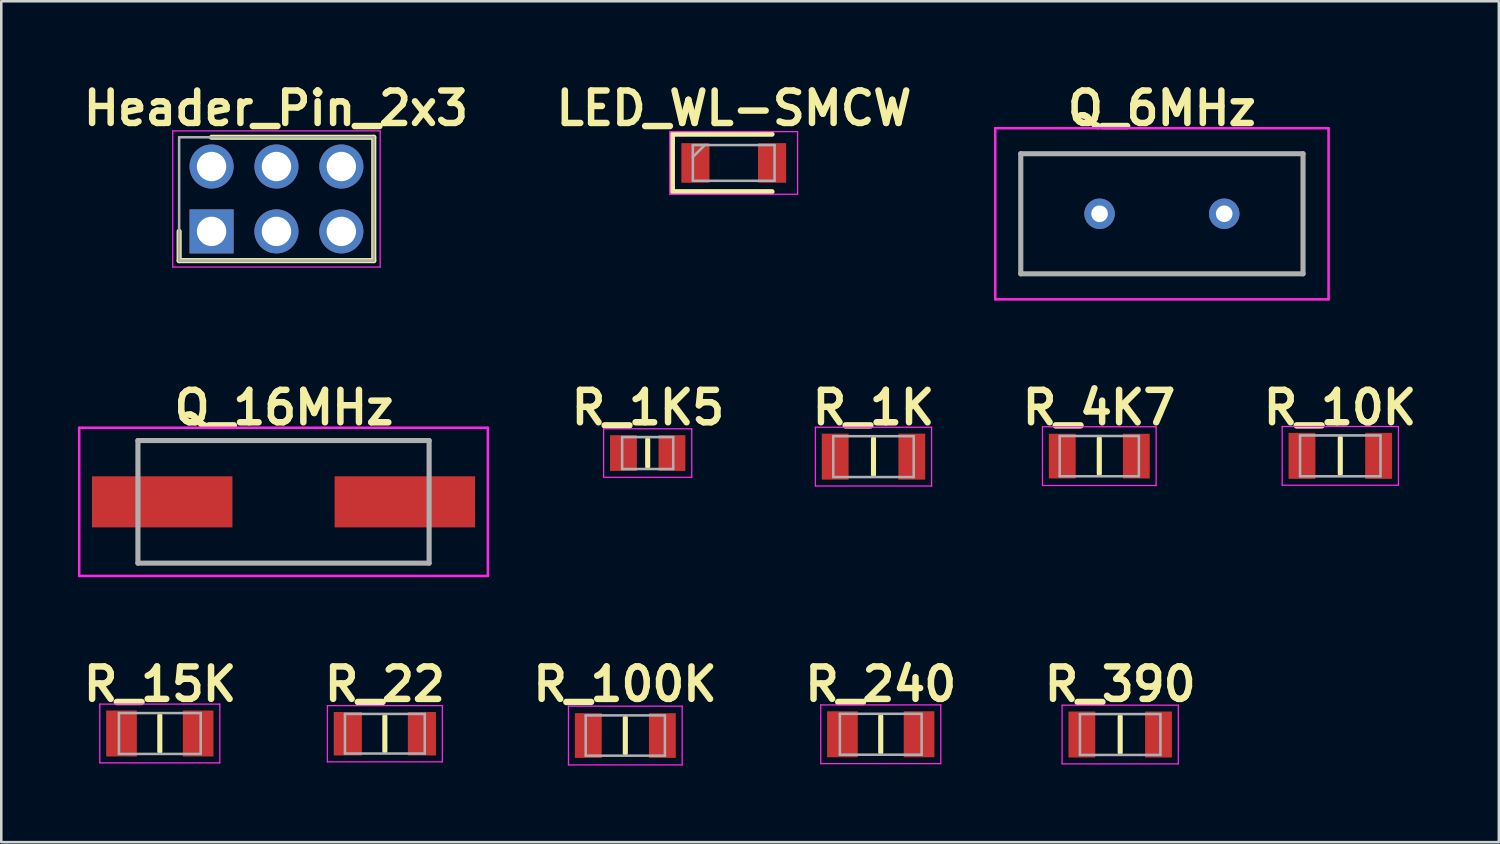
<source format=kicad_pcb>
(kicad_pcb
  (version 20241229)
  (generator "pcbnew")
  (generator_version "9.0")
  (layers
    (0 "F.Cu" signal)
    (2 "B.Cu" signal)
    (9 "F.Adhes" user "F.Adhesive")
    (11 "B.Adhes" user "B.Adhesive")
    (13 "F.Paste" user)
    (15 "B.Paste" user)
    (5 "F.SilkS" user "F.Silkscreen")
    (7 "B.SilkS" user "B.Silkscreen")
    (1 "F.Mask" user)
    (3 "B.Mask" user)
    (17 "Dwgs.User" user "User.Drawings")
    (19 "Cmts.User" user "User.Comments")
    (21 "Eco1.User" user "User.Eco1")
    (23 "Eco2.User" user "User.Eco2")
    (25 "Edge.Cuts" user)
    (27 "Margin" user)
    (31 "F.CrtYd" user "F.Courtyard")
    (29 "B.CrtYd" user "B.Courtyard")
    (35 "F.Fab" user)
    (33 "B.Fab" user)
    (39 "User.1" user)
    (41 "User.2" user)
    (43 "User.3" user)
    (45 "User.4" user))
  (footprint "R_4K7"
    (layer "F.Cu")
    (at 39.987 14.807)
    (property "Reference" "R_4K7" (at -0.01 -1.9 0) (layer "F.SilkS") (effects (font (size 1.27 1.27) (thickness 0.254))))
    (attr smd)
    (fp_line (start 0 -0.688) (end 0 0.688) (stroke (width 0.2) (type solid)) (layer "F.SilkS"))
    (fp_line (start -2.225 -1.15) (end 2.225 -1.15) (stroke (width 0.05) (type solid)) (layer "F.CrtYd"))
    (fp_line (start -2.225 1.15) (end -2.225 -1.15) (stroke (width 0.05) (type solid)) (layer "F.CrtYd"))
    (fp_line (start 2.225 -1.15) (end 2.225 1.15) (stroke (width 0.05) (type solid)) (layer "F.CrtYd"))
    (fp_line (start 2.225 1.15) (end -2.225 1.15) (stroke (width 0.05) (type solid)) (layer "F.CrtYd"))
    (fp_line (start -1.55 -0.788) (end 1.55 -0.788) (stroke (width 0.1) (type solid)) (layer "F.Fab"))
    (fp_line (start -1.55 0.788) (end -1.55 -0.788) (stroke (width 0.1) (type solid)) (layer "F.Fab"))
    (fp_line (start 1.55 -0.788) (end 1.55 0.788) (stroke (width 0.1) (type solid)) (layer "F.Fab"))
    (fp_line (start 1.55 0.788) (end -1.55 0.788) (stroke (width 0.1) (type solid)) (layer "F.Fab"))
    (pad "1" smd rect (at -1.45 0) (size 1.05 1.75) (layers "F.Cu" "F.Mask" "F.Paste"))
    (pad "2" smd rect (at 1.45 0) (size 1.05 1.75) (layers "F.Cu" "F.Mask" "F.Paste")))
  (footprint "R_240"
    (layer "F.Cu")
    (at 31.431 25.696)
    (property "Reference" "R_240" (at 0 -1.96 0) (layer "F.SilkS") (effects (font (size 1.27 1.27) (thickness 0.254))))
    (attr smd)
    (fp_line (start 0 -0.7) (end 0 0.7) (stroke (width 0.2) (type solid)) (layer "F.SilkS"))
    (fp_line (start -2.35 -1.15) (end 2.35 -1.15) (stroke (width 0.05) (type solid)) (layer "F.CrtYd"))
    (fp_line (start -2.35 1.15) (end -2.35 -1.15) (stroke (width 0.05) (type solid)) (layer "F.CrtYd"))
    (fp_line (start 2.35 -1.15) (end 2.35 1.15) (stroke (width 0.05) (type solid)) (layer "F.CrtYd"))
    (fp_line (start 2.35 1.15) (end -2.35 1.15) (stroke (width 0.05) (type solid)) (layer "F.CrtYd"))
    (fp_line (start -1.6 -0.8) (end 1.6 -0.8) (stroke (width 0.1) (type solid)) (layer "F.Fab"))
    (fp_line (start -1.6 0.8) (end -1.6 -0.8) (stroke (width 0.1) (type solid)) (layer "F.Fab"))
    (fp_line (start 1.6 -0.8) (end 1.6 0.8) (stroke (width 0.1) (type solid)) (layer "F.Fab"))
    (fp_line (start 1.6 0.8) (end -1.6 0.8) (stroke (width 0.1) (type solid)) (layer "F.Fab"))
    (pad "1" smd rect (at -1.5 0) (size 1.2 1.8) (layers "F.Cu" "F.Mask" "F.Paste"))
    (pad "2" smd rect (at 1.5 0) (size 1.2 1.8) (layers "F.Cu" "F.Mask" "F.Paste")))
  (footprint "R_22"
    (layer "F.Cu")
    (at 12.017 25.676)
    (property "Reference" "R_22" (at 0 -1.94 0) (layer "F.SilkS") (effects (font (size 1.27 1.27) (thickness 0.254))))
    (attr smd)
    (fp_line (start 0 -0.675) (end 0 0.675) (stroke (width 0.2) (type solid)) (layer "F.SilkS"))
    (fp_line (start -2.25 -1.1) (end 2.25 -1.1) (stroke (width 0.05) (type solid)) (layer "F.CrtYd"))
    (fp_line (start -2.25 1.1) (end -2.25 -1.1) (stroke (width 0.05) (type solid)) (layer "F.CrtYd"))
    (fp_line (start 2.25 -1.1) (end 2.25 1.1) (stroke (width 0.05) (type solid)) (layer "F.CrtYd"))
    (fp_line (start 2.25 1.1) (end -2.25 1.1) (stroke (width 0.05) (type solid)) (layer "F.CrtYd"))
    (fp_line (start -1.562 -0.775) (end 1.562 -0.775) (stroke (width 0.1) (type solid)) (layer "F.Fab"))
    (fp_line (start -1.562 0.775) (end -1.562 -0.775) (stroke (width 0.1) (type solid)) (layer "F.Fab"))
    (fp_line (start 1.562 -0.775) (end 1.562 0.775) (stroke (width 0.1) (type solid)) (layer "F.Fab"))
    (fp_line (start 1.562 0.775) (end -1.562 0.775) (stroke (width 0.1) (type solid)) (layer "F.Fab"))
    (pad "1" smd rect (at -1.45 0) (size 1.1 1.7) (layers "F.Cu" "F.Mask" "F.Paste"))
    (pad "2" smd rect (at 1.45 0) (size 1.1 1.7) (layers "F.Cu" "F.Mask" "F.Paste")))
  (footprint "R_390"
    (layer "F.Cu")
    (at 40.805 25.706)
    (property "Reference" "R_390" (at 0 -1.97 0) (layer "F.SilkS") (effects (font (size 1.27 1.27) (thickness 0.254))))
    (attr smd)
    (fp_line (start 0 -0.7) (end 0 0.7) (stroke (width 0.2) (type solid)) (layer "F.SilkS"))
    (fp_line (start -2.275 -1.15) (end 2.275 -1.15) (stroke (width 0.05) (type solid)) (layer "F.CrtYd"))
    (fp_line (start -2.275 1.15) (end -2.275 -1.15) (stroke (width 0.05) (type solid)) (layer "F.CrtYd"))
    (fp_line (start 2.275 -1.15) (end 2.275 1.15) (stroke (width 0.05) (type solid)) (layer "F.CrtYd"))
    (fp_line (start 2.275 1.15) (end -2.275 1.15) (stroke (width 0.05) (type solid)) (layer "F.CrtYd"))
    (fp_line (start -1.575 -0.8) (end 1.575 -0.8) (stroke (width 0.1) (type solid)) (layer "F.Fab"))
    (fp_line (start -1.575 0.8) (end -1.575 -0.8) (stroke (width 0.1) (type solid)) (layer "F.Fab"))
    (fp_line (start 1.575 -0.8) (end 1.575 0.8) (stroke (width 0.1) (type solid)) (layer "F.Fab"))
    (fp_line (start 1.575 0.8) (end -1.575 0.8) (stroke (width 0.1) (type solid)) (layer "F.Fab"))
    (pad "1" smd rect (at -1.5 0) (size 1.05 1.8) (layers "F.Cu" "F.Mask" "F.Paste"))
    (pad "2" smd rect (at 1.5 0) (size 1.05 1.8) (layers "F.Cu" "F.Mask" "F.Paste")))
  (footprint "R_1K"
    (layer "F.Cu")
    (at 31.147 14.827)
    (property "Reference" "R_1K" (at 0 -1.92 0) (layer "F.SilkS") (effects (font (size 1.27 1.27) (thickness 0.254))))
    (attr smd)
    (fp_line (start 0 -0.7) (end 0 0.7) (stroke (width 0.2) (type solid)) (layer "F.SilkS"))
    (fp_line (start -2.275 -1.15) (end 2.275 -1.15) (stroke (width 0.05) (type solid)) (layer "F.CrtYd"))
    (fp_line (start -2.275 1.15) (end -2.275 -1.15) (stroke (width 0.05) (type solid)) (layer "F.CrtYd"))
    (fp_line (start 2.275 -1.15) (end 2.275 1.15) (stroke (width 0.05) (type solid)) (layer "F.CrtYd"))
    (fp_line (start 2.275 1.15) (end -2.275 1.15) (stroke (width 0.05) (type solid)) (layer "F.CrtYd"))
    (fp_line (start -1.575 -0.8) (end 1.575 -0.8) (stroke (width 0.1) (type solid)) (layer "F.Fab"))
    (fp_line (start -1.575 0.8) (end -1.575 -0.8) (stroke (width 0.1) (type solid)) (layer "F.Fab"))
    (fp_line (start 1.575 -0.8) (end 1.575 0.8) (stroke (width 0.1) (type solid)) (layer "F.Fab"))
    (fp_line (start 1.575 0.8) (end -1.575 0.8) (stroke (width 0.1) (type solid)) (layer "F.Fab"))
    (pad "1" smd rect (at -1.5 0) (size 1.05 1.8) (layers "F.Cu" "F.Mask" "F.Paste"))
    (pad "2" smd rect (at 1.5 0) (size 1.05 1.8) (layers "F.Cu" "F.Mask" "F.Paste")))
  (footprint "R_15K"
    (layer "F.Cu")
    (at 3.207 25.666)
    (property "Reference" "R_15K" (at 0.01 -1.93 0) (layer "F.SilkS") (effects (font (size 1.27 1.27) (thickness 0.254))))
    (attr smd)
    (fp_line (start 0 -0.7) (end 0 0.7) (stroke (width 0.2) (type solid)) (layer "F.SilkS"))
    (fp_line (start -2.35 -1.15) (end 2.35 -1.15) (stroke (width 0.05) (type solid)) (layer "F.CrtYd"))
    (fp_line (start -2.35 1.15) (end -2.35 -1.15) (stroke (width 0.05) (type solid)) (layer "F.CrtYd"))
    (fp_line (start 2.35 -1.15) (end 2.35 1.15) (stroke (width 0.05) (type solid)) (layer "F.CrtYd"))
    (fp_line (start 2.35 1.15) (end -2.35 1.15) (stroke (width 0.05) (type solid)) (layer "F.CrtYd"))
    (fp_line (start -1.6 -0.8) (end 1.6 -0.8) (stroke (width 0.1) (type solid)) (layer "F.Fab"))
    (fp_line (start -1.6 0.8) (end -1.6 -0.8) (stroke (width 0.1) (type solid)) (layer "F.Fab"))
    (fp_line (start 1.6 -0.8) (end 1.6 0.8) (stroke (width 0.1) (type solid)) (layer "F.Fab"))
    (fp_line (start 1.6 0.8) (end -1.6 0.8) (stroke (width 0.1) (type solid)) (layer "F.Fab"))
    (pad "1" smd rect (at -1.5 0) (size 1.2 1.8) (layers "F.Cu" "F.Mask" "F.Paste"))
    (pad "2" smd rect (at 1.5 0) (size 1.2 1.8) (layers "F.Cu" "F.Mask" "F.Paste")))
  (footprint "Q_16MHz"
    (layer "F.Cu")
    (at 8.05 16.597)
    (property "Reference" "Q_16MHz" (at 0.02 -3.69 0) (layer "F.SilkS") (effects (font (size 1.27 1.27) (thickness 0.254))))
    (attr smd)
    (fp_line (start -5.7 -2.4) (end 5.7 -2.4) (stroke (width 0.1) (type solid)) (layer "F.SilkS"))
    (fp_line (start -5.7 -1.5) (end -5.7 -2.4) (stroke (width 0.1) (type solid)) (layer "F.SilkS"))
    (fp_line (start -5.7 1.5) (end -5.7 2.4) (stroke (width 0.1) (type solid)) (layer "F.SilkS"))
    (fp_line (start -5.7 2.4) (end 5.7 2.4) (stroke (width 0.1) (type solid)) (layer "F.SilkS"))
    (fp_line (start 5.7 -2.4) (end 5.7 -1.5) (stroke (width 0.1) (type solid)) (layer "F.SilkS"))
    (fp_line (start 5.7 2.4) (end 5.7 1.5) (stroke (width 0.1) (type solid)) (layer "F.SilkS"))
    (fp_line (start -8 -2.9) (end 8 -2.9) (stroke (width 0.1) (type solid)) (layer "F.CrtYd"))
    (fp_line (start -8 2.9) (end -8 -2.9) (stroke (width 0.1) (type solid)) (layer "F.CrtYd"))
    (fp_line (start 8 -2.9) (end 8 2.9) (stroke (width 0.1) (type solid)) (layer "F.CrtYd"))
    (fp_line (start 8 2.9) (end -8 2.9) (stroke (width 0.1) (type solid)) (layer "F.CrtYd"))
    (fp_line (start -5.7 -2.4) (end 5.7 -2.4) (stroke (width 0.2) (type solid)) (layer "F.Fab"))
    (fp_line (start -5.7 2.4) (end -5.7 -2.4) (stroke (width 0.2) (type solid)) (layer "F.Fab"))
    (fp_line (start 5.7 -2.4) (end 5.7 2.4) (stroke (width 0.2) (type solid)) (layer "F.Fab"))
    (fp_line (start 5.7 2.4) (end -5.7 2.4) (stroke (width 0.2) (type solid)) (layer "F.Fab"))
    (pad "1" smd rect (at -4.75 0 90) (size 2 5.5) (layers "F.Cu" "F.Mask" "F.Paste"))
    (pad "2" smd rect (at 4.75 0 90) (size 2 5.5) (layers "F.Cu" "F.Mask" "F.Paste")))
  (footprint "Q_6MHz"
    (layer "F.Cu")
    (at 39.998 5.319)
    (property "Reference" "Q_6MHz" (at 2.44 -4.13 0) (layer "F.SilkS") (effects (font (size 1.27 1.27) (thickness 0.254))))
    (attr through_hole)
    (fp_line (start -3.085 -2.35) (end 7.965 -2.35) (stroke (width 0.1) (type solid)) (layer "F.SilkS"))
    (fp_line (start -3.085 2.35) (end -3.085 -2.35) (stroke (width 0.1) (type solid)) (layer "F.SilkS"))
    (fp_line (start 7.965 -2.35) (end 7.965 2.35) (stroke (width 0.1) (type solid)) (layer "F.SilkS"))
    (fp_line (start 7.965 2.35) (end -3.085 2.35) (stroke (width 0.1) (type solid)) (layer "F.SilkS"))
    (fp_line (start -4.085 -3.35) (end 8.965 -3.35) (stroke (width 0.1) (type solid)) (layer "F.CrtYd"))
    (fp_line (start -4.085 3.35) (end -4.085 -3.35) (stroke (width 0.1) (type solid)) (layer "F.CrtYd"))
    (fp_line (start 8.965 -3.35) (end 8.965 3.35) (stroke (width 0.1) (type solid)) (layer "F.CrtYd"))
    (fp_line (start 8.965 3.35) (end -4.085 3.35) (stroke (width 0.1) (type solid)) (layer "F.CrtYd"))
    (fp_line (start -3.085 -2.35) (end 7.965 -2.35) (stroke (width 0.2) (type solid)) (layer "F.Fab"))
    (fp_line (start -3.085 2.35) (end -3.085 -2.35) (stroke (width 0.2) (type solid)) (layer "F.Fab"))
    (fp_line (start 7.965 -2.35) (end 7.965 2.35) (stroke (width 0.2) (type solid)) (layer "F.Fab"))
    (fp_line (start 7.965 2.35) (end -3.085 2.35) (stroke (width 0.2) (type solid)) (layer "F.Fab"))
    (pad "1" thru_hole circle (at 0 0) (size 1.192 1.192) (drill 0.65) (layers "*.Cu" "*.Mask"))
    (pad "2" thru_hole circle (at 4.88 0) (size 1.192 1.192) (drill 0.65) (layers "*.Cu" "*.Mask")))
  (footprint "R_1K5"
    (layer "F.Cu")
    (at 22.307 14.687)
    (property "Reference" "R_1K5" (at 0.01 -1.78 0) (layer "F.SilkS") (effects (font (size 1.27 1.27) (thickness 0.254))))
    (attr smd)
    (fp_line (start 0 -0.525) (end 0 0.525) (stroke (width 0.2) (type solid)) (layer "F.SilkS"))
    (fp_line (start -1.725 -0.95) (end 1.725 -0.95) (stroke (width 0.05) (type solid)) (layer "F.CrtYd"))
    (fp_line (start -1.725 0.95) (end -1.725 -0.95) (stroke (width 0.05) (type solid)) (layer "F.CrtYd"))
    (fp_line (start 1.725 -0.95) (end 1.725 0.95) (stroke (width 0.05) (type solid)) (layer "F.CrtYd"))
    (fp_line (start 1.725 0.95) (end -1.725 0.95) (stroke (width 0.05) (type solid)) (layer "F.CrtYd"))
    (fp_line (start -1 -0.625) (end 1 -0.625) (stroke (width 0.1) (type solid)) (layer "F.Fab"))
    (fp_line (start -1 0.625) (end -1 -0.625) (stroke (width 0.1) (type solid)) (layer "F.Fab"))
    (fp_line (start 1 -0.625) (end 1 0.625) (stroke (width 0.1) (type solid)) (layer "F.Fab"))
    (fp_line (start 1 0.625) (end -1 0.625) (stroke (width 0.1) (type solid)) (layer "F.Fab"))
    (pad "1" smd rect (at -0.95 0) (size 1.05 1.4) (layers "F.Cu" "F.Mask" "F.Paste"))
    (pad "2" smd rect (at 0.95 0) (size 1.05 1.4) (layers "F.Cu" "F.Mask" "F.Paste")))
  (footprint "R_100K"
    (layer "F.Cu")
    (at 21.431 25.746)
    (property "Reference" "R_100K" (at -0.01 -2.01 0) (layer "F.SilkS") (effects (font (size 1.27 1.27) (thickness 0.254))))
    (attr smd)
    (fp_line (start 0 -0.688) (end 0 0.688) (stroke (width 0.2) (type solid)) (layer "F.SilkS"))
    (fp_line (start -2.225 -1.15) (end 2.225 -1.15) (stroke (width 0.05) (type solid)) (layer "F.CrtYd"))
    (fp_line (start -2.225 1.15) (end -2.225 -1.15) (stroke (width 0.05) (type solid)) (layer "F.CrtYd"))
    (fp_line (start 2.225 -1.15) (end 2.225 1.15) (stroke (width 0.05) (type solid)) (layer "F.CrtYd"))
    (fp_line (start 2.225 1.15) (end -2.225 1.15) (stroke (width 0.05) (type solid)) (layer "F.CrtYd"))
    (fp_line (start -1.55 -0.788) (end 1.55 -0.788) (stroke (width 0.1) (type solid)) (layer "F.Fab"))
    (fp_line (start -1.55 0.788) (end -1.55 -0.788) (stroke (width 0.1) (type solid)) (layer "F.Fab"))
    (fp_line (start 1.55 -0.788) (end 1.55 0.788) (stroke (width 0.1) (type solid)) (layer "F.Fab"))
    (fp_line (start 1.55 0.788) (end -1.55 0.788) (stroke (width 0.1) (type solid)) (layer "F.Fab"))
    (pad "1" smd rect (at -1.45 0) (size 1.05 1.75) (layers "F.Cu" "F.Mask" "F.Paste"))
    (pad "2" smd rect (at 1.45 0) (size 1.05 1.75) (layers "F.Cu" "F.Mask" "F.Paste")))
  (footprint "R_10K"
    (layer "F.Cu")
    (at 49.422 14.797)
    (property "Reference" "R_10K" (at -0.01 -1.89 0) (layer "F.SilkS") (effects (font (size 1.27 1.27) (thickness 0.254))))
    (attr smd)
    (fp_line (start 0 -0.7) (end 0 0.7) (stroke (width 0.2) (type solid)) (layer "F.SilkS"))
    (fp_line (start -2.275 -1.15) (end 2.275 -1.15) (stroke (width 0.05) (type solid)) (layer "F.CrtYd"))
    (fp_line (start -2.275 1.15) (end -2.275 -1.15) (stroke (width 0.05) (type solid)) (layer "F.CrtYd"))
    (fp_line (start 2.275 -1.15) (end 2.275 1.15) (stroke (width 0.05) (type solid)) (layer "F.CrtYd"))
    (fp_line (start 2.275 1.15) (end -2.275 1.15) (stroke (width 0.05) (type solid)) (layer "F.CrtYd"))
    (fp_line (start -1.575 -0.8) (end 1.575 -0.8) (stroke (width 0.1) (type solid)) (layer "F.Fab"))
    (fp_line (start -1.575 0.8) (end -1.575 -0.8) (stroke (width 0.1) (type solid)) (layer "F.Fab"))
    (fp_line (start 1.575 -0.8) (end 1.575 0.8) (stroke (width 0.1) (type solid)) (layer "F.Fab"))
    (fp_line (start 1.575 0.8) (end -1.575 0.8) (stroke (width 0.1) (type solid)) (layer "F.Fab"))
    (pad "1" smd rect (at -1.5 0) (size 1.05 1.8) (layers "F.Cu" "F.Mask" "F.Paste"))
    (pad "2" smd rect (at 1.5 0) (size 1.05 1.8) (layers "F.Cu" "F.Mask" "F.Paste")))
  (footprint "LED_WL-SMCW"
    (layer "F.Cu")
    (at 25.675 3.329)
    (property "Reference" "LED_WL-SMCW" (at 0.01 -2.14 0) (layer "F.SilkS") (effects (font (size 1.27 1.27) (thickness 0.254))))
    (attr smd)
    (fp_line (start -2.4 -1.125) (end -2.4 1.125) (stroke (width 0.2) (type solid)) (layer "F.SilkS"))
    (fp_line (start -2.4 1.125) (end 1.5 1.125) (stroke (width 0.2) (type solid)) (layer "F.SilkS"))
    (fp_line (start 1.5 -1.125) (end -2.4 -1.125) (stroke (width 0.2) (type solid)) (layer "F.SilkS"))
    (fp_line (start -2.5 -1.225) (end 2.5 -1.225) (stroke (width 0.05) (type solid)) (layer "F.CrtYd"))
    (fp_line (start -2.5 1.225) (end -2.5 -1.225) (stroke (width 0.05) (type solid)) (layer "F.CrtYd"))
    (fp_line (start 2.5 -1.225) (end 2.5 1.225) (stroke (width 0.05) (type solid)) (layer "F.CrtYd"))
    (fp_line (start 2.5 1.225) (end -2.5 1.225) (stroke (width 0.05) (type solid)) (layer "F.CrtYd"))
    (fp_line (start -1.6 -0.7) (end 1.6 -0.7) (stroke (width 0.1) (type solid)) (layer "F.Fab"))
    (fp_line (start -1.6 -0.233) (end -1.133 -0.7) (stroke (width 0.1) (type solid)) (layer "F.Fab"))
    (fp_line (start -1.6 0.7) (end -1.6 -0.7) (stroke (width 0.1) (type solid)) (layer "F.Fab"))
    (fp_line (start 1.6 -0.7) (end 1.6 0.7) (stroke (width 0.1) (type solid)) (layer "F.Fab"))
    (fp_line (start 1.6 0.7) (end -1.6 0.7) (stroke (width 0.1) (type solid)) (layer "F.Fab"))
    (pad "1" smd rect (at -1.5 0) (size 1.1 1.55) (layers "F.Cu" "F.Mask" "F.Paste"))
    (pad "2" smd rect (at 1.5 0) (size 1.1 1.55) (layers "F.Cu" "F.Mask" "F.Paste")))
  (footprint "Header_Pin_2x3"
    (layer "F.Cu")
    (at 5.233 6.009)
    (property "Reference" "Header_Pin_2x3" (at 2.52 -4.82 0) (layer "F.SilkS") (effects (font (size 1.27 1.27) (thickness 0.254))))
    (attr through_hole)
    (fp_line (start -1.27 0) (end -1.27 1.145) (stroke (width 0.2) (type solid)) (layer "F.SilkS"))
    (fp_line (start -1.27 1.145) (end 6.35 1.145) (stroke (width 0.2) (type solid)) (layer "F.SilkS"))
    (fp_line (start 6.35 -3.685) (end 0 -3.685) (stroke (width 0.2) (type solid)) (layer "F.SilkS"))
    (fp_line (start 6.35 1.145) (end 6.35 -3.685) (stroke (width 0.2) (type solid)) (layer "F.SilkS"))
    (fp_line (start -1.52 -3.935) (end 6.6 -3.935) (stroke (width 0.05) (type solid)) (layer "F.CrtYd"))
    (fp_line (start -1.52 1.395) (end -1.52 -3.935) (stroke (width 0.05) (type solid)) (layer "F.CrtYd"))
    (fp_line (start 6.6 -3.935) (end 6.6 1.395) (stroke (width 0.05) (type solid)) (layer "F.CrtYd"))
    (fp_line (start 6.6 1.395) (end -1.52 1.395) (stroke (width 0.05) (type solid)) (layer "F.CrtYd"))
    (fp_line (start -1.27 -3.685) (end 6.35 -3.685) (stroke (width 0.1) (type solid)) (layer "F.Fab"))
    (fp_line (start -1.27 1.145) (end -1.27 -3.685) (stroke (width 0.1) (type solid)) (layer "F.Fab"))
    (fp_line (start 6.35 -3.685) (end 6.35 1.145) (stroke (width 0.1) (type solid)) (layer "F.Fab"))
    (fp_line (start 6.35 1.145) (end -1.27 1.145) (stroke (width 0.1) (type solid)) (layer "F.Fab"))
    (pad "1" thru_hole rect (at 0 0) (size 1.725 1.725) (drill 1.15) (layers "*.Cu" "*.Mask"))
    (pad "2" thru_hole circle (at 0 -2.54) (size 1.725 1.725) (drill 1.15) (layers "*.Cu" "*.Mask"))
    (pad "3" thru_hole circle (at 2.54 0) (size 1.725 1.725) (drill 1.15) (layers "*.Cu" "*.Mask"))
    (pad "4" thru_hole circle (at 2.54 -2.54) (size 1.725 1.725) (drill 1.15) (layers "*.Cu" "*.Mask"))
    (pad "5" thru_hole circle (at 5.08 0) (size 1.725 1.725) (drill 1.15) (layers "*.Cu" "*.Mask"))
    (pad "6" thru_hole circle (at 5.08 -2.54) (size 1.725 1.725) (drill 1.15) (layers "*.Cu" "*.Mask")))
  (gr_rect
    (start -3 -3)
    (end 55.629 29.921)
    (stroke (width 0.1) (type default))
    (fill no)
    (layer "Edge.Cuts")))
</source>
